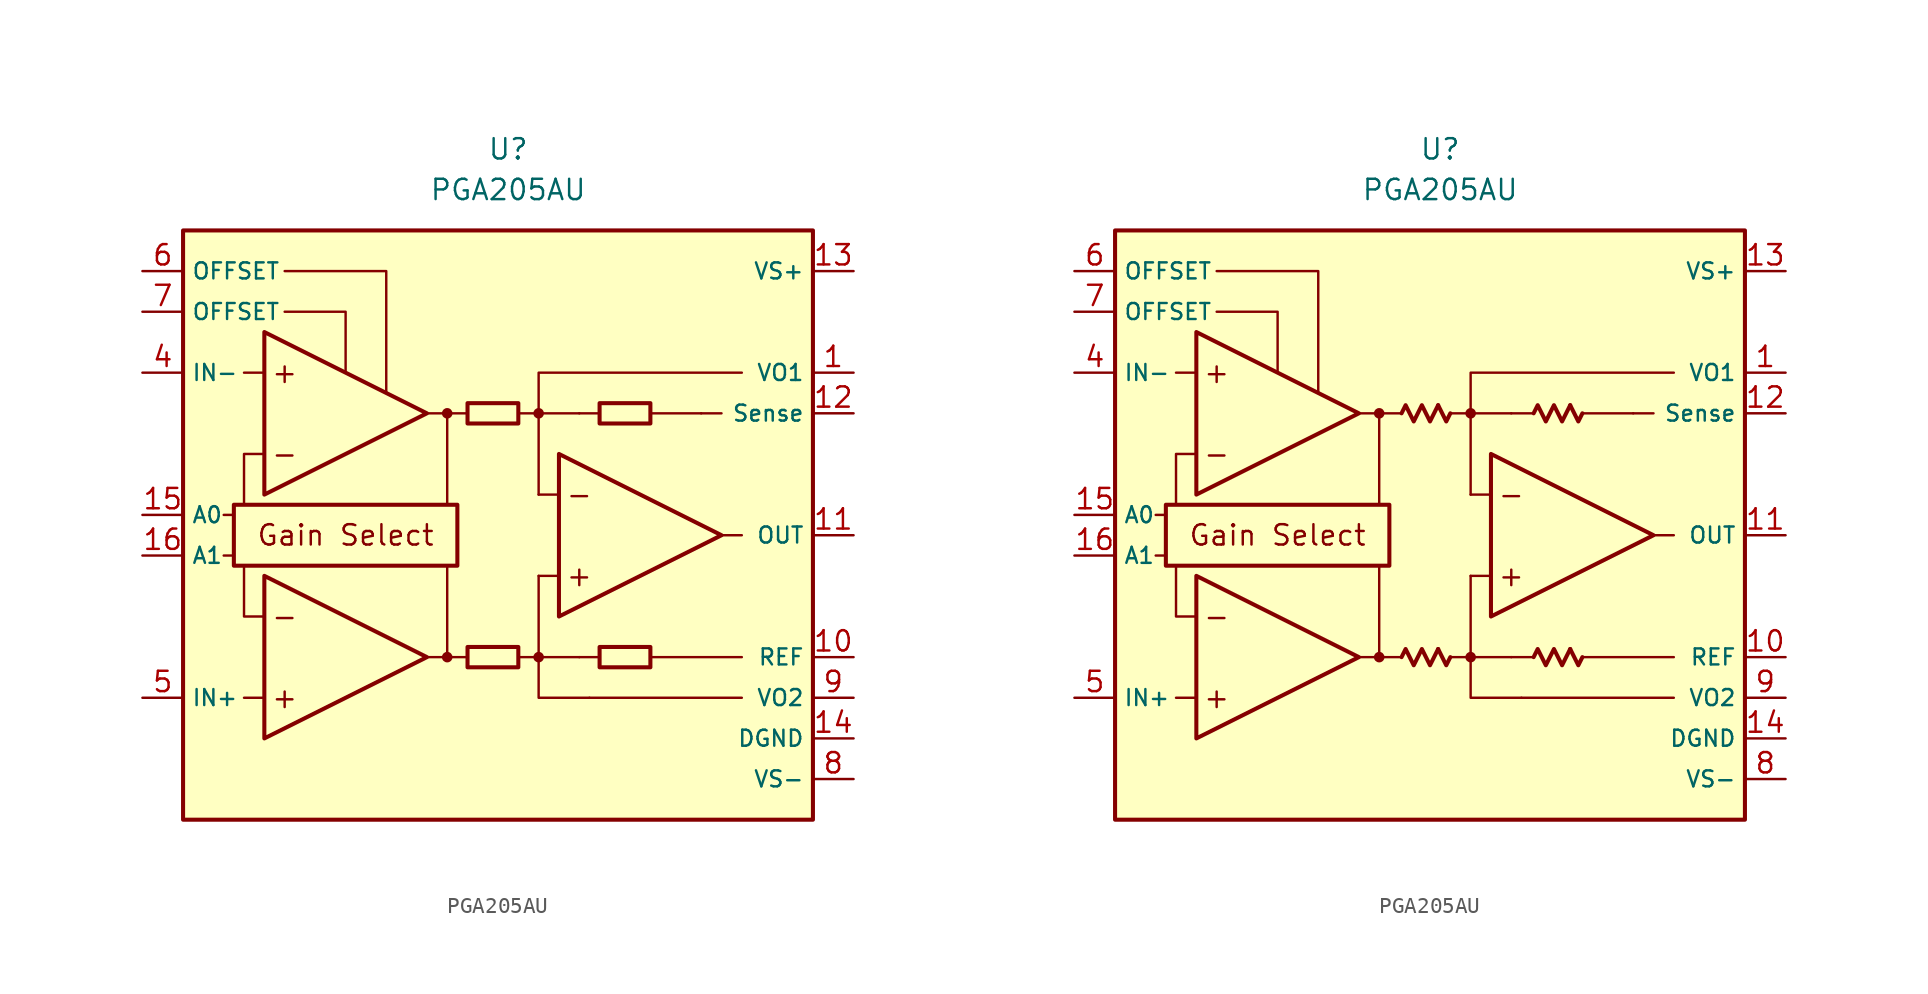
<source format=kicad_sym>
(kicad_symbol_lib
  (version 20231120)
  (generator "kicad_symbol_editor")
  (generator_version "8.0")
  (symbol "PGA205AU"
    (property "Reference" "U"
      (at 0 22.86 0)
      (effects (font (size 1.27 1.27))))
    (property "Value" "PGA205AU"
      (at 0 20.32 0)
      (effects (font (size 1.27 1.27))))
    (symbol "PGA205AU_0_0"
      (rectangle (start -20.32 17.78) (end 19.05 -19.05) (stroke (width 0.254) (type default)) (fill (type background)))
      (rectangle (start -17.145 0.635) (end -3.175 -3.175) (stroke (width 0.254) (type default)) (fill (type none)))
      (circle (center -3.81 -8.89) (radius 0.254) (stroke (width 0.152) (type default)) (fill (type outline)))
      (circle (center -3.81 6.35) (radius 0.254) (stroke (width 0.152) (type default)) (fill (type outline)))
      (polyline (pts (xy -1.27 -8.89)) (stroke (width 0.152) (type default)) (fill (type none)))
      (polyline (pts (xy -1.27 6.35)) (stroke (width 0.152) (type default)) (fill (type none)))
      (polyline (pts (xy 5.715 6.35)) (stroke (width 0.152) (type default)) (fill (type none)))
      (polyline (pts (xy -17.145 -2.54) (xy -17.78 -2.54)) (stroke (width 0.152) (type default)) (fill (type none)))
      (polyline (pts (xy -17.145 0) (xy -17.78 0)) (stroke (width 0.152) (type default)) (fill (type none)))
      (polyline (pts (xy -15.24 -11.43) (xy -16.51 -11.43)) (stroke (width 0.152) (type default)) (fill (type none)))
      (polyline (pts (xy -15.24 8.89) (xy -16.51 8.89)) (stroke (width 0.152) (type default)) (fill (type none)))
      (polyline (pts (xy -5.08 -8.89) (xy -2.54 -8.89)) (stroke (width 0.152) (type default)) (fill (type none)))
      (polyline (pts (xy -5.08 6.35) (xy -2.54 6.35)) (stroke (width 0.152) (type default)) (fill (type none)))
      (polyline (pts (xy -3.81 -8.89) (xy -3.81 -3.175)) (stroke (width 0.152) (type default)) (fill (type none)))
      (polyline (pts (xy -3.81 0.635) (xy -3.81 6.35)) (stroke (width 0.152) (type default)) (fill (type none)))
      (polyline (pts (xy 0.635 -8.89) (xy 1.905 -8.89)) (stroke (width 0.152) (type default)) (fill (type none)))
      (polyline (pts (xy 0.635 6.35) (xy 1.905 6.35)) (stroke (width 0.152) (type default)) (fill (type none)))
      (polyline (pts (xy 3.175 -3.81) (xy 1.905 -3.81)) (stroke (width 0.152) (type default)) (fill (type none)))
      (polyline (pts (xy 3.175 1.27) (xy 1.905 1.27)) (stroke (width 0.152) (type default)) (fill (type none)))
      (polyline (pts (xy 4.445 -8.89) (xy 1.905 -8.89)) (stroke (width 0.152) (type default)) (fill (type none)))
      (polyline (pts (xy 4.445 -8.89) (xy 5.715 -8.89)) (stroke (width 0.152) (type default)) (fill (type none)))
      (polyline (pts (xy 4.445 6.35) (xy 1.905 6.35)) (stroke (width 0.152) (type default)) (fill (type none)))
      (polyline (pts (xy 4.445 6.35) (xy 5.715 6.35)) (stroke (width 0.152) (type default)) (fill (type none)))
      (polyline (pts (xy 8.89 -8.89) (xy 14.605 -8.89)) (stroke (width 0.152) (type default)) (fill (type none)))
      (polyline (pts (xy 8.89 6.35) (xy 12.065 6.35)) (stroke (width 0.152) (type default)) (fill (type none)))
      (polyline (pts (xy 12.065 6.35) (xy 13.335 6.35)) (stroke (width 0.152) (type default)) (fill (type none)))
      (polyline (pts (xy 13.335 -1.27) (xy 14.605 -1.27)) (stroke (width 0.152) (type default)) (fill (type none)))
      (polyline (pts (xy 14.605 -11.43) (xy 5.08 -11.43)) (stroke (width 0.152) (type default)) (fill (type none)))
      (polyline (pts (xy -16.51 -3.175) (xy -16.51 -6.35) (xy -15.24 -6.35)) (stroke (width 0.152) (type default)) (fill (type none)))
      (polyline (pts (xy -15.24 3.81) (xy -16.51 3.81) (xy -16.51 0.635)) (stroke (width 0.152) (type default)) (fill (type none)))
      (polyline (pts (xy -13.97 12.7) (xy -10.16 12.7) (xy -10.16 8.89)) (stroke (width 0.152) (type default)) (fill (type none)))
      (polyline (pts (xy -7.62 7.62) (xy -7.62 15.24) (xy -13.97 15.24)) (stroke (width 0.152) (type default)) (fill (type none)))
      (polyline (pts (xy 1.905 -3.81) (xy 1.905 -11.43) (xy 5.08 -11.43)) (stroke (width 0.152) (type default)) (fill (type none)))
      (polyline (pts (xy 14.605 8.89) (xy 1.905 8.89) (xy 1.905 1.27)) (stroke (width 0.152) (type default)) (fill (type none)))
      (circle (center 1.905 -8.89) (radius 0.254) (stroke (width 0.152) (type default)) (fill (type outline)))
      (circle (center 1.905 6.35) (radius 0.254) (stroke (width 0.152) (type default)) (fill (type outline)))
      (text "+" (at -13.97 -11.43 0) (effects (font (size 1.27 1.27))))
      (text "+" (at -13.97 8.89 0) (effects (font (size 1.27 1.27))))
      (text "+" (at 4.445 -3.81 0) (effects (font (size 1.27 1.27))))
      (text "-" (at -13.97 -6.35 0) (effects (font (size 1.27 1.27))))
      (text "-" (at -13.97 3.81 0) (effects (font (size 1.27 1.27))))
      (text "-" (at 4.445 1.27 0) (effects (font (size 1.27 1.27))))
      (text "Gain Select" (at -10.16 -1.27 0) (effects (font (size 1.27 1.27)))))
    (symbol "PGA205AU_0_1"
      (rectangle (start -2.54 -8.255) (end 0.635 -9.525) (stroke (width 0.254) (type default)) (fill (type none)))
      (rectangle (start -2.54 6.985) (end 0.635 5.715) (stroke (width 0.254) (type default)) (fill (type none)))
      (rectangle (start 5.715 -8.255) (end 8.89 -9.525) (stroke (width 0.254) (type default)) (fill (type none)))
      (rectangle (start 5.715 6.985) (end 8.89 5.715) (stroke (width 0.254) (type default)) (fill (type none))))
    (symbol "PGA205AU_0_2"
      (polyline (pts (xy -0.127 -8.382) (xy 0.381 -9.398) (xy 0.635 -8.89)) (stroke (width 0.254) (type default)) (fill (type none)))
      (polyline (pts (xy -0.127 6.858) (xy 0.381 5.842) (xy 0.635 6.35)) (stroke (width 0.254) (type default)) (fill (type none)))
      (polyline (pts (xy 8.128 -8.382) (xy 8.636 -9.398) (xy 8.89 -8.89)) (stroke (width 0.254) (type default)) (fill (type none)))
      (polyline (pts (xy 8.128 6.858) (xy 8.636 5.842) (xy 8.89 6.35)) (stroke (width 0.254) (type default)) (fill (type none)))
      (polyline (pts (xy -2.413 -8.89) (xy -2.159 -8.382) (xy -1.651 -9.398) (xy -1.143 -8.382) (xy -0.635 -9.398) (xy -0.127 -8.382)) (stroke (width 0.254) (type default)) (fill (type none)))
      (polyline (pts (xy -2.413 6.35) (xy -2.159 6.858) (xy -1.651 5.842) (xy -1.143 6.858) (xy -0.635 5.842) (xy -0.127 6.858)) (stroke (width 0.254) (type default)) (fill (type none)))
      (polyline (pts (xy 5.842 -8.89) (xy 6.096 -8.382) (xy 6.604 -9.398) (xy 7.112 -8.382) (xy 7.62 -9.398) (xy 8.128 -8.382)) (stroke (width 0.254) (type default)) (fill (type none)))
      (polyline (pts (xy 5.842 6.35) (xy 6.096 6.858) (xy 6.604 5.842) (xy 7.112 6.858) (xy 7.62 5.842) (xy 8.128 6.858)) (stroke (width 0.254) (type default)) (fill (type none))))
    (symbol "PGA205AU_1_0"
      (polyline (pts (xy -15.24 -3.81) (xy -15.24 -13.97) (xy -5.08 -8.89) (xy -15.24 -3.81)) (stroke (width 0.254) (type default)) (fill (type background)))
      (polyline (pts (xy -15.24 11.43) (xy -15.24 1.27) (xy -5.08 6.35) (xy -15.24 11.43)) (stroke (width 0.254) (type default)) (fill (type background)))
      (polyline (pts (xy 3.175 3.81) (xy 3.175 -6.35) (xy 13.335 -1.27) (xy 3.175 3.81)) (stroke (width 0.254) (type default)) (fill (type background))))
    (symbol "PGA205AU_1_1"
      (pin passive line (at 21.59 8.89 180) (length 2.54) (name "VO1" (effects (font (size 1 1)))) (number "1" (effects (font (size 1.27 1.27)))))
      (pin passive line (at 21.59 -8.89 180) (length 2.54) (name "REF" (effects (font (size 1 1)))) (number "10" (effects (font (size 1.27 1.27)))))
      (pin output line (at 21.59 -1.27 180) (length 2.54) (name "OUT" (effects (font (size 1 1)))) (number "11" (effects (font (size 1.27 1.27)))))
      (pin passive line (at 21.59 6.35 180) (length 2.54) (name "Sense" (effects (font (size 1 1)))) (number "12" (effects (font (size 1.27 1.27)))))
      (pin power_in line (at 21.59 15.24 180) (length 2.54) (name "VS+" (effects (font (size 1 1)))) (number "13" (effects (font (size 1.27 1.27)))))
      (pin power_in line (at 21.59 -13.97 180) (length 2.54) (name "DGND" (effects (font (size 1 1)))) (number "14" (effects (font (size 1.27 1.27)))))
      (pin input line (at -22.86 0 0) (length 2.54) (name "A0" (effects (font (size 1 1)))) (number "15" (effects (font (size 1.27 1.27)))))
      (pin input line (at -22.86 -2.54 0) (length 2.54) (name "A1" (effects (font (size 1 1)))) (number "16" (effects (font (size 1.27 1.27)))))
      (pin free line (at -1.27 -12.7 0) (length 2.54) hide (name "NC" (effects (font (size 1.27 1.27)))) (number "2" (effects (font (size 1.27 1.27)))))
      (pin free line (at -1.27 -15.24 0) (length 2.54) hide (name "NC" (effects (font (size 1.27 1.27)))) (number "3" (effects (font (size 1.27 1.27)))))
      (pin input line (at -22.86 8.89 0) (length 2.54) (name "IN-" (effects (font (size 1 1)))) (number "4" (effects (font (size 1.27 1.27)))))
      (pin input line (at -22.86 -11.43 0) (length 2.54) (name "IN+" (effects (font (size 1 1)))) (number "5" (effects (font (size 1.27 1.27)))))
      (pin passive line (at -22.86 15.24 0) (length 2.54) (name "OFFSET" (effects (font (size 1 1)))) (number "6" (effects (font (size 1.27 1.27)))))
      (pin passive line (at -22.86 12.7 0) (length 2.54) (name "OFFSET" (effects (font (size 1 1)))) (number "7" (effects (font (size 1.27 1.27)))))
      (pin power_in line (at 21.59 -16.51 180) (length 2.54) (name "VS-" (effects (font (size 1 1)))) (number "8" (effects (font (size 1.27 1.27)))))
      (pin passive line (at 21.59 -11.43 180) (length 2.54) (name "VO2" (effects (font (size 1 1)))) (number "9" (effects (font (size 1.27 1.27))))))
    (symbol "PGA205AU_1_2"
      (pin passive line (at 21.59 8.89 180) (length 2.54) (name "VO1" (effects (font (size 1 1)))) (number "1" (effects (font (size 1.27 1.27)))))
      (pin passive line (at 21.59 -8.89 180) (length 2.54) (name "REF" (effects (font (size 1 1)))) (number "10" (effects (font (size 1.27 1.27)))))
      (pin output line (at 21.59 -1.27 180) (length 2.54) (name "OUT" (effects (font (size 1 1)))) (number "11" (effects (font (size 1.27 1.27)))))
      (pin passive line (at 21.59 6.35 180) (length 2.54) (name "Sense" (effects (font (size 1 1)))) (number "12" (effects (font (size 1.27 1.27)))))
      (pin power_in line (at 21.59 15.24 180) (length 2.54) (name "VS+" (effects (font (size 1 1)))) (number "13" (effects (font (size 1.27 1.27)))))
      (pin power_in line (at 21.59 -13.97 180) (length 2.54) (name "DGND" (effects (font (size 1 1)))) (number "14" (effects (font (size 1.27 1.27)))))
      (pin input line (at -22.86 0 0) (length 2.54) (name "A0" (effects (font (size 1 1)))) (number "15" (effects (font (size 1.27 1.27)))))
      (pin input line (at -22.86 -2.54 0) (length 2.54) (name "A1" (effects (font (size 1 1)))) (number "16" (effects (font (size 1.27 1.27)))))
      (pin no_connect line (at -1.27 -12.7 0) (length 2.54) hide (name "NC" (effects (font (size 1.27 1.27)))) (number "2" (effects (font (size 1.27 1.27)))))
      (pin no_connect line (at -1.27 -15.24 0) (length 2.54) hide (name "NC" (effects (font (size 1.27 1.27)))) (number "3" (effects (font (size 1.27 1.27)))))
      (pin input line (at -22.86 8.89 0) (length 2.54) (name "IN-" (effects (font (size 1 1)))) (number "4" (effects (font (size 1.27 1.27)))))
      (pin input line (at -22.86 -11.43 0) (length 2.54) (name "IN+" (effects (font (size 1 1)))) (number "5" (effects (font (size 1.27 1.27)))))
      (pin passive line (at -22.86 15.24 0) (length 2.54) (name "OFFSET" (effects (font (size 1 1)))) (number "6" (effects (font (size 1.27 1.27)))))
      (pin passive line (at -22.86 12.7 0) (length 2.54) (name "OFFSET" (effects (font (size 1 1)))) (number "7" (effects (font (size 1.27 1.27)))))
      (pin power_in line (at 21.59 -16.51 180) (length 2.54) (name "VS-" (effects (font (size 1 1)))) (number "8" (effects (font (size 1.27 1.27)))))
      (pin passive line (at 21.59 -11.43 180) (length 2.54) (name "VO2" (effects (font (size 1 1)))) (number "9" (effects (font (size 1.27 1.27))))))))
</source>
